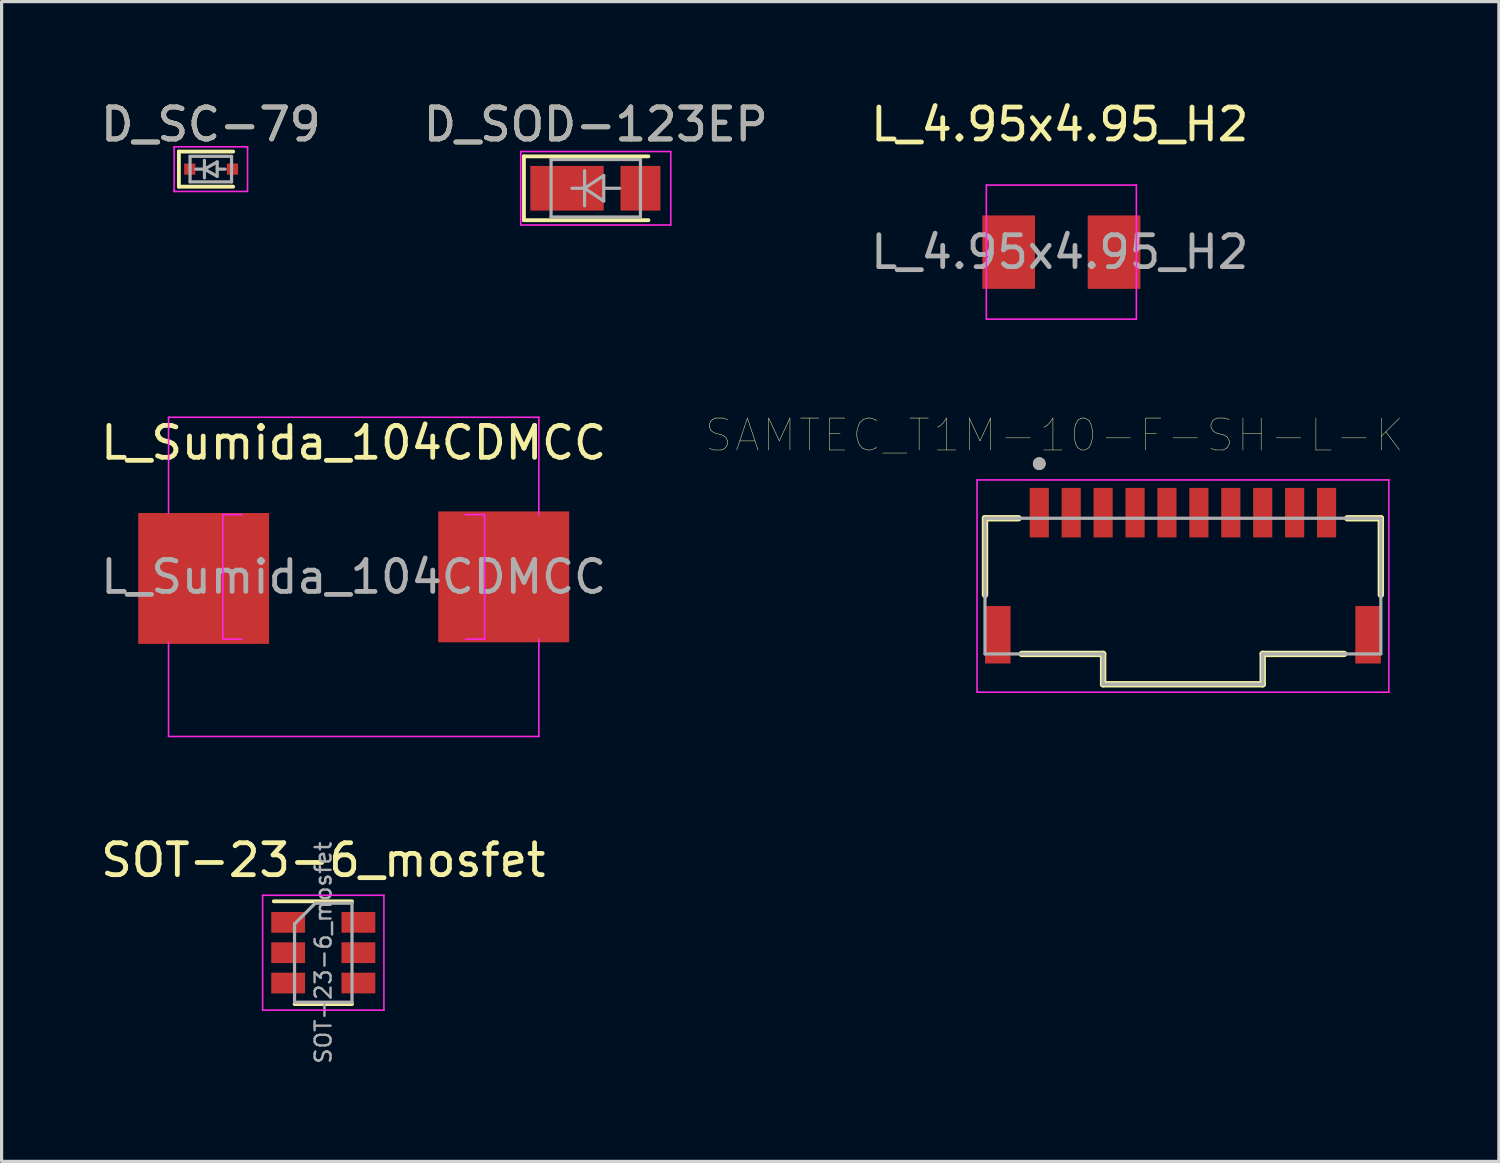
<source format=kicad_pcb>
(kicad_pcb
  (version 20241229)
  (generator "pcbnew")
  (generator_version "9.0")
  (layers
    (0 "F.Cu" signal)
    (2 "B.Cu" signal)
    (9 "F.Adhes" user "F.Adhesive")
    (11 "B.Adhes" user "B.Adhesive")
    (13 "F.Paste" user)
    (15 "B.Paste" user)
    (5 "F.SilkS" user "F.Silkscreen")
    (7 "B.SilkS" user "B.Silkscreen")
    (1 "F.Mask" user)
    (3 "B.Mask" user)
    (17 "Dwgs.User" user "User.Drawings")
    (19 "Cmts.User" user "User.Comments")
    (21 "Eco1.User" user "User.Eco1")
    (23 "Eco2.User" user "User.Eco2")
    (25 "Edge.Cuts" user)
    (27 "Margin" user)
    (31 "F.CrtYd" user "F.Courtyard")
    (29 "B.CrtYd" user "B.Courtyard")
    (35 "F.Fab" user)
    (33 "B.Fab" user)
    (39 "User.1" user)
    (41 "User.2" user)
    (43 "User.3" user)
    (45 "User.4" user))
  (footprint "SOT-23-6_mosfet"
    (layer "F.Cu")
    (at 7.077 26.795)
    (property "Reference" "SOT-23-6_mosfet" (at 0 -2.9 0) (layer "F.SilkS") (effects (font (size 1 1) (thickness 0.15))))
    (attr smd)
    (fp_line (start -0.9 1.61) (end 0.9 1.61) (stroke (width 0.12) (type solid)) (layer "F.SilkS"))
    (fp_line (start 0.9 -1.61) (end -1.55 -1.61) (stroke (width 0.12) (type solid)) (layer "F.SilkS"))
    (fp_line (start -1.9 -1.8) (end -1.9 1.8) (stroke (width 0.05) (type solid)) (layer "F.CrtYd"))
    (fp_line (start -1.9 1.8) (end 1.9 1.8) (stroke (width 0.05) (type solid)) (layer "F.CrtYd"))
    (fp_line (start 1.9 -1.8) (end -1.9 -1.8) (stroke (width 0.05) (type solid)) (layer "F.CrtYd"))
    (fp_line (start 1.9 1.8) (end 1.9 -1.8) (stroke (width 0.05) (type solid)) (layer "F.CrtYd"))
    (fp_line (start -0.9 -0.9) (end -0.9 1.55) (stroke (width 0.1) (type solid)) (layer "F.Fab"))
    (fp_line (start -0.9 -0.9) (end -0.25 -1.55) (stroke (width 0.1) (type solid)) (layer "F.Fab"))
    (fp_line (start 0.9 -1.55) (end -0.25 -1.55) (stroke (width 0.1) (type solid)) (layer "F.Fab"))
    (fp_line (start 0.9 -1.55) (end 0.9 1.55) (stroke (width 0.1) (type solid)) (layer "F.Fab"))
    (fp_line (start 0.9 1.55) (end -0.9 1.55) (stroke (width 0.1) (type solid)) (layer "F.Fab"))
    (fp_text user "${REFERENCE}" (at 0 0 90) (layer "F.Fab") (effects (font (size 0.5 0.5) (thickness 0.075))))
    (pad "1" smd rect (at -1.1 -0.95) (size 1.06 0.65) (layers "F.Cu" "F.Mask" "F.Paste"))
    (pad "1" smd rect (at -1.1 0) (size 1.06 0.65) (layers "F.Cu" "F.Mask" "F.Paste"))
    (pad "1" smd rect (at 1.1 -0.95) (size 1.06 0.65) (layers "F.Cu" "F.Mask" "F.Paste"))
    (pad "1" smd rect (at 1.1 0) (size 1.06 0.65) (layers "F.Cu" "F.Mask" "F.Paste"))
    (pad "2" smd rect (at -1.1 0.95) (size 1.06 0.65) (layers "F.Cu" "F.Mask" "F.Paste"))
    (pad "3" smd rect (at 1.1 0.95) (size 1.06 0.65) (layers "F.Cu" "F.Mask" "F.Paste")))
  (footprint "SAMTEC_T1M-10-F-SH-L-K"
    (layer "F.Cu")
    (at 34.007 13.01)
    (property "Reference" "SAMTEC_T1M-10-F-SH-L-K" (at -4.025 -2.425 0) (layer "F.SilkS") (effects (font (size 1 1) (thickness 0.015))))
    (attr through_hole)
    (fp_line (start -6.2 0.175) (end -6.2 2.575) (stroke (width 0.2) (type solid)) (layer "F.SilkS"))
    (fp_line (start -6.2 0.175) (end -5.15 0.175) (stroke (width 0.2) (type solid)) (layer "F.SilkS"))
    (fp_line (start -5.05 4.425) (end -2.5 4.425) (stroke (width 0.2) (type solid)) (layer "F.SilkS"))
    (fp_line (start -2.5 4.425) (end -2.5 5.375) (stroke (width 0.2) (type solid)) (layer "F.SilkS"))
    (fp_line (start -2.5 5.375) (end 2.5 5.375) (stroke (width 0.2) (type solid)) (layer "F.SilkS"))
    (fp_line (start 2.5 4.425) (end 2.5 5.375) (stroke (width 0.2) (type solid)) (layer "F.SilkS"))
    (fp_line (start 5.05 4.425) (end 2.5 4.425) (stroke (width 0.2) (type solid)) (layer "F.SilkS"))
    (fp_line (start 6.2 0.175) (end 5.15 0.175) (stroke (width 0.2) (type solid)) (layer "F.SilkS"))
    (fp_line (start 6.2 0.175) (end 6.2 2.575) (stroke (width 0.2) (type solid)) (layer "F.SilkS"))
    (fp_circle (center -4.5 -1.535) (end -4.4 -1.535) (stroke (width 0.2) (type solid)) (fill no) (layer "F.SilkS"))
    (fp_line (start -6.45 -1.025) (end 6.45 -1.025) (stroke (width 0.05) (type solid)) (layer "F.CrtYd"))
    (fp_line (start -6.45 5.625) (end -6.45 -1.025) (stroke (width 0.05) (type solid)) (layer "F.CrtYd"))
    (fp_line (start 6.45 -1.025) (end 6.45 5.625) (stroke (width 0.05) (type solid)) (layer "F.CrtYd"))
    (fp_line (start 6.45 5.625) (end -6.45 5.625) (stroke (width 0.05) (type solid)) (layer "F.CrtYd"))
    (fp_line (start -6.2 0.175) (end -6.2 4.425) (stroke (width 0.1) (type solid)) (layer "F.Fab"))
    (fp_line (start -6.2 0.175) (end 6.2 0.175) (stroke (width 0.1) (type solid)) (layer "F.Fab"))
    (fp_line (start -6.2 4.425) (end -2.5 4.425) (stroke (width 0.1) (type solid)) (layer "F.Fab"))
    (fp_line (start -2.5 4.425) (end -2.5 5.375) (stroke (width 0.1) (type solid)) (layer "F.Fab"))
    (fp_line (start -2.5 5.375) (end 2.5 5.375) (stroke (width 0.1) (type solid)) (layer "F.Fab"))
    (fp_line (start 2.5 4.425) (end 2.5 5.375) (stroke (width 0.1) (type solid)) (layer "F.Fab"))
    (fp_line (start 6.2 0.175) (end 6.2 4.425) (stroke (width 0.1) (type solid)) (layer "F.Fab"))
    (fp_line (start 6.2 4.425) (end 2.5 4.425) (stroke (width 0.1) (type solid)) (layer "F.Fab"))
    (fp_circle (center -4.5 -1.535) (end -4.4 -1.535) (stroke (width 0.2) (type solid)) (fill no) (layer "F.Fab"))
    (pad "01" smd rect (at -4.5 0) (size 0.6 1.55) (layers "F.Cu" "F.Mask" "F.Paste"))
    (pad "02" smd rect (at -3.5 0) (size 0.6 1.55) (layers "F.Cu" "F.Mask" "F.Paste"))
    (pad "03" smd rect (at -2.5 0) (size 0.6 1.55) (layers "F.Cu" "F.Mask" "F.Paste"))
    (pad "04" smd rect (at -1.5 0) (size 0.6 1.55) (layers "F.Cu" "F.Mask" "F.Paste"))
    (pad "05" smd rect (at -0.5 0) (size 0.6 1.55) (layers "F.Cu" "F.Mask" "F.Paste"))
    (pad "06" smd rect (at 0.5 0) (size 0.6 1.55) (layers "F.Cu" "F.Mask" "F.Paste"))
    (pad "07" smd rect (at 1.5 0) (size 0.6 1.55) (layers "F.Cu" "F.Mask" "F.Paste"))
    (pad "08" smd rect (at 2.5 0) (size 0.6 1.55) (layers "F.Cu" "F.Mask" "F.Paste"))
    (pad "09" smd rect (at 3.5 0) (size 0.6 1.55) (layers "F.Cu" "F.Mask" "F.Paste"))
    (pad "10" smd rect (at 4.5 0) (size 0.6 1.55) (layers "F.Cu" "F.Mask" "F.Paste"))
    (pad "S1" smd rect (at -5.8 3.825) (size 0.8 1.8) (layers "F.Cu" "F.Mask" "F.Paste"))
    (pad "S2" smd rect (at 5.8 3.825) (size 0.8 1.8) (layers "F.Cu" "F.Mask" "F.Paste")))
  (footprint "D_SC-79"
    (layer "F.Cu")
    (at 3.554 2.248)
    (property "Reference" "D_SC-79" (at 0 -1.4 0) (layer "F.SilkS") (effects (font (size 1 1) (thickness 0.15))))
    (attr smd)
    (fp_line (start -1 -0.55) (end -1 0.55) (stroke (width 0.12) (type solid)) (layer "F.SilkS"))
    (fp_line (start -1 0.55) (end 0.7 0.55) (stroke (width 0.12) (type solid)) (layer "F.SilkS"))
    (fp_line (start 0.7 -0.55) (end -1 -0.55) (stroke (width 0.12) (type solid)) (layer "F.SilkS"))
    (fp_line (start -1.15 -0.7) (end 1.1 -0.7) (stroke (width 0.05) (type solid)) (layer "F.CrtYd"))
    (fp_line (start -1.15 0.65) (end -1.15 -0.7) (stroke (width 0.05) (type solid)) (layer "F.CrtYd"))
    (fp_line (start -1.15 0.65) (end -1.15 0.7) (stroke (width 0.05) (type solid)) (layer "F.CrtYd"))
    (fp_line (start -1.15 0.7) (end -1.1 0.7) (stroke (width 0.05) (type solid)) (layer "F.CrtYd"))
    (fp_line (start 1.1 -0.7) (end 1.15 -0.7) (stroke (width 0.05) (type solid)) (layer "F.CrtYd"))
    (fp_line (start 1.15 -0.7) (end 1.15 -0.65) (stroke (width 0.05) (type solid)) (layer "F.CrtYd"))
    (fp_line (start 1.15 -0.65) (end 1.15 0.7) (stroke (width 0.05) (type solid)) (layer "F.CrtYd"))
    (fp_line (start 1.15 0.7) (end -1.1 0.7) (stroke (width 0.05) (type solid)) (layer "F.CrtYd"))
    (fp_line (start -0.65 -0.4) (end 0.65 -0.4) (stroke (width 0.1) (type solid)) (layer "F.Fab"))
    (fp_line (start -0.65 0.4) (end -0.65 -0.4) (stroke (width 0.1) (type solid)) (layer "F.Fab"))
    (fp_line (start -0.2 -0.275) (end -0.2 0.275) (stroke (width 0.1) (type solid)) (layer "F.Fab"))
    (fp_line (start -0.2 0) (end -0.475 0) (stroke (width 0.1) (type solid)) (layer "F.Fab"))
    (fp_line (start -0.2 0) (end 0.2 -0.225) (stroke (width 0.1) (type solid)) (layer "F.Fab"))
    (fp_line (start 0.2 -0.225) (end 0.2 0.225) (stroke (width 0.1) (type solid)) (layer "F.Fab"))
    (fp_line (start 0.2 0) (end 0.45 0) (stroke (width 0.1) (type solid)) (layer "F.Fab"))
    (fp_line (start 0.2 0.225) (end -0.2 0) (stroke (width 0.1) (type solid)) (layer "F.Fab"))
    (fp_line (start 0.65 -0.4) (end 0.65 0.4) (stroke (width 0.1) (type solid)) (layer "F.Fab"))
    (fp_line (start 0.65 0.4) (end -0.65 0.4) (stroke (width 0.1) (type solid)) (layer "F.Fab"))
    (fp_text user "${REFERENCE}" (at 0 -1.4 0) (layer "F.Fab") (effects (font (size 1 1) (thickness 0.15))))
    (pad "1" smd rect (at -0.66 0) (size 0.35 0.35) (layers "F.Cu" "F.Mask" "F.Paste"))
    (pad "2" smd rect (at 0.68 0) (size 0.35 0.35) (layers "F.Cu" "F.Mask" "F.Paste")))
  (footprint "L_4.95x4.95_H2"
    (layer "F.Cu")
    (at 30.149 4.848)
    (property "Reference" "L_4.95x4.95_H2" (at 0 -4 0) (layer "F.SilkS") (effects (font (size 1 1) (thickness 0.15))))
    (attr smd)
    (fp_line (start -2.3 -2.1) (end -2.3 2.1) (stroke (width 0.05) (type solid)) (layer "F.CrtYd"))
    (fp_line (start -2.3 2.1) (end 2.4 2.1) (stroke (width 0.05) (type solid)) (layer "F.CrtYd"))
    (fp_line (start 2.4 -2.1) (end -2.3 -2.1) (stroke (width 0.05) (type solid)) (layer "F.CrtYd"))
    (fp_line (start 2.4 2.1) (end 2.4 -2.1) (stroke (width 0.05) (type solid)) (layer "F.CrtYd"))
    (fp_text user "${REFERENCE}" (at 0 0 0) (layer "F.Fab") (effects (font (size 1 1) (thickness 0.15))))
    (pad "1" smd rect (at -1.6 0) (size 1.65 2.3) (layers "F.Cu" "F.Mask" "F.Paste"))
    (pad "2" smd rect (at 1.7 0) (size 1.65 2.3) (layers "F.Cu" "F.Mask" "F.Paste")))
  (footprint "D_SOD-123EP"
    (layer "F.Cu")
    (at 15.613 2.848)
    (property "Reference" "D_SOD-123EP" (at 0 -2 0) (layer "F.SilkS") (effects (font (size 1 1) (thickness 0.15))))
    (attr smd)
    (fp_line (start -2.25 -1) (end -2.25 1) (stroke (width 0.12) (type solid)) (layer "F.SilkS"))
    (fp_line (start -2.25 -1) (end 1.65 -1) (stroke (width 0.12) (type solid)) (layer "F.SilkS"))
    (fp_line (start -2.25 1) (end 1.65 1) (stroke (width 0.12) (type solid)) (layer "F.SilkS"))
    (fp_line (start -2.35 -1.15) (end -2.35 1.15) (stroke (width 0.05) (type solid)) (layer "F.CrtYd"))
    (fp_line (start -2.35 -1.15) (end 2.35 -1.15) (stroke (width 0.05) (type solid)) (layer "F.CrtYd"))
    (fp_line (start 2.35 -1.15) (end 2.35 1.15) (stroke (width 0.05) (type solid)) (layer "F.CrtYd"))
    (fp_line (start 2.35 1.15) (end -2.35 1.15) (stroke (width 0.05) (type solid)) (layer "F.CrtYd"))
    (fp_line (start -1.4 -0.9) (end 1.4 -0.9) (stroke (width 0.1) (type solid)) (layer "F.Fab"))
    (fp_line (start -1.4 0.9) (end -1.4 -0.9) (stroke (width 0.1) (type solid)) (layer "F.Fab"))
    (fp_line (start -0.75 0) (end -0.35 0) (stroke (width 0.1) (type solid)) (layer "F.Fab"))
    (fp_line (start -0.35 0) (end -0.35 -0.55) (stroke (width 0.1) (type solid)) (layer "F.Fab"))
    (fp_line (start -0.35 0) (end -0.35 0.55) (stroke (width 0.1) (type solid)) (layer "F.Fab"))
    (fp_line (start -0.35 0) (end 0.25 -0.4) (stroke (width 0.1) (type solid)) (layer "F.Fab"))
    (fp_line (start 0.25 -0.4) (end 0.25 0.4) (stroke (width 0.1) (type solid)) (layer "F.Fab"))
    (fp_line (start 0.25 0) (end 0.75 0) (stroke (width 0.1) (type solid)) (layer "F.Fab"))
    (fp_line (start 0.25 0.4) (end -0.35 0) (stroke (width 0.1) (type solid)) (layer "F.Fab"))
    (fp_line (start 1.4 -0.9) (end 1.4 0.9) (stroke (width 0.1) (type solid)) (layer "F.Fab"))
    (fp_line (start 1.4 0.9) (end -1.4 0.9) (stroke (width 0.1) (type solid)) (layer "F.Fab"))
    (fp_text user "${REFERENCE}" (at 0 -2 0) (layer "F.Fab") (effects (font (size 1 1) (thickness 0.15))))
    (pad "1" smd rect (at -0.9 0) (size 2.3 1.4) (layers "F.Cu" "F.Mask" "F.Paste"))
    (pad "2" smd rect (at 1.4 0) (size 1.25 1.4) (layers "F.Cu" "F.Mask" "F.Paste")))
  (footprint "L_Sumida_104CDMCC"
    (layer "F.Cu")
    (at 8.03 15.021)
    (property "Reference" "L_Sumida_104CDMCC" (at 0 -4.2 0) (layer "F.SilkS") (effects (font (size 1 1) (thickness 0.15))))
    (attr smd)
    (fp_line (start -5.8 -5) (end 5.8 -5) (stroke (width 0.05) (type solid)) (layer "F.CrtYd"))
    (fp_line (start -5.8 -2) (end -5.8 -5) (stroke (width 0.05) (type solid)) (layer "F.CrtYd"))
    (fp_line (start -5.8 5) (end -5.8 2.05) (stroke (width 0.05) (type solid)) (layer "F.CrtYd"))
    (fp_line (start -4.1 -1.95) (end -3.5 -1.95) (stroke (width 0.05) (type solid)) (layer "F.CrtYd"))
    (fp_line (start -4.1 1.95) (end -4.1 -1.95) (stroke (width 0.05) (type solid)) (layer "F.CrtYd"))
    (fp_line (start -3.5 1.95) (end -4.1 1.95) (stroke (width 0.05) (type solid)) (layer "F.CrtYd"))
    (fp_line (start 3.5 -1.95) (end 4.1 -1.95) (stroke (width 0.05) (type solid)) (layer "F.CrtYd"))
    (fp_line (start 4.1 -1.95) (end 4.1 1.95) (stroke (width 0.05) (type solid)) (layer "F.CrtYd"))
    (fp_line (start 4.1 1.95) (end 3.5 1.95) (stroke (width 0.05) (type solid)) (layer "F.CrtYd"))
    (fp_line (start 5.8 -5) (end 5.8 -1.95) (stroke (width 0.05) (type solid)) (layer "F.CrtYd"))
    (fp_line (start 5.8 1.95) (end 5.8 5) (stroke (width 0.05) (type solid)) (layer "F.CrtYd"))
    (fp_line (start 5.8 5) (end -5.8 5) (stroke (width 0.05) (type solid)) (layer "F.CrtYd"))
    (fp_text user "${REFERENCE}" (at 0 0 0) (layer "F.Fab") (effects (font (size 1 1) (thickness 0.15))))
    (pad "1" smd rect (at -4.7 0.05) (size 4.1 4.1) (layers "F.Cu" "F.Mask" "F.Paste"))
    (pad "2" smd rect (at 4.7 0) (size 4.1 4.1) (layers "F.Cu" "F.Mask" "F.Paste")))
  (gr_rect
    (start -3 -3)
    (end 43.905 33.333)
    (stroke (width 0.1) (type default))
    (fill no)
    (layer "Edge.Cuts")))
</source>
